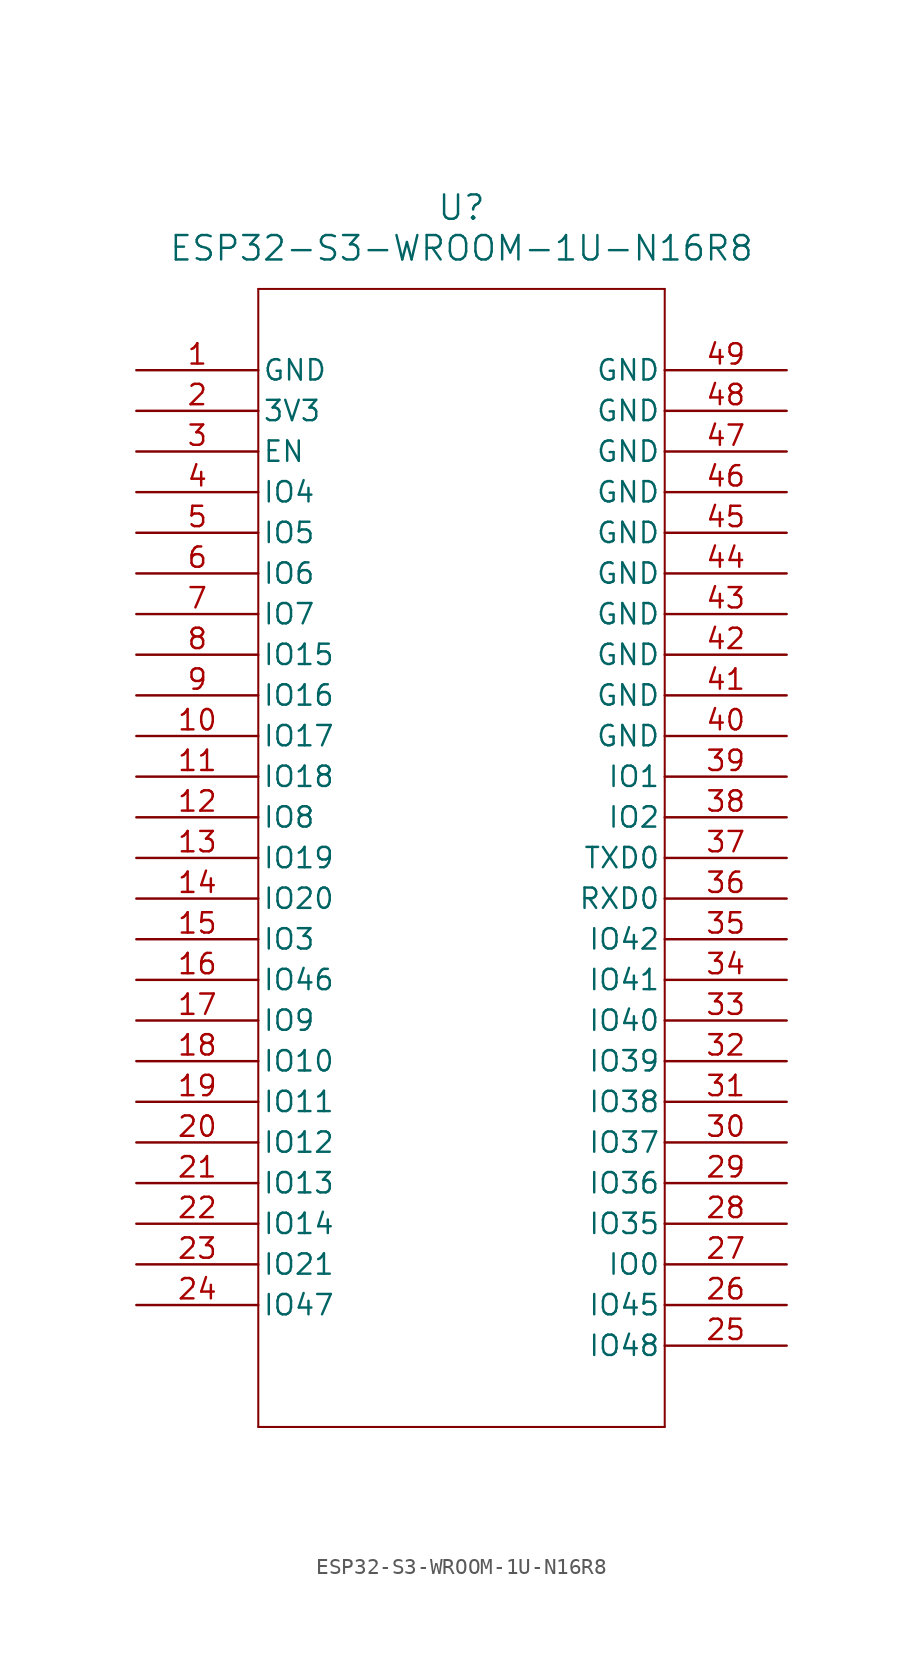
<source format=kicad_sym>
(kicad_symbol_lib
  (version 20231120)
  (generator "kicad_symbol_editor")
  (generator_version "8.0")
  (symbol "ESP32-S3-WROOM-1U-N16R8"
    (pin_names
      (offset 0.254))
    (property "Reference" "U"
      (at 20.32 10.16 0)
      (effects (font (size 1.524 1.524))))
    (property "Value" "ESP32-S3-WROOM-1U-N16R8"
      (at 20.32 7.62 0)
      (effects (font (size 1.524 1.524))))
    (property "ki_locked" ""
      (at 0 0 0)
      (effects (font (size 1.27 1.27))))
    (symbol "ESP32-S3-WROOM-1U-N16R8_0_1"
      (polyline (pts (xy 7.62 -66.04) (xy 33.02 -66.04)) (stroke (width 0.127) (type default)) (fill (type none)))
      (polyline (pts (xy 7.62 5.08) (xy 7.62 -66.04)) (stroke (width 0.127) (type default)) (fill (type none)))
      (polyline (pts (xy 33.02 -66.04) (xy 33.02 5.08)) (stroke (width 0.127) (type default)) (fill (type none)))
      (polyline (pts (xy 33.02 5.08) (xy 7.62 5.08)) (stroke (width 0.127) (type default)) (fill (type none)))
      (pin power_out line (at 0 0 0) (length 7.62) (name "GND" (effects (font (size 1.27 1.27)))) (number "1" (effects (font (size 1.27 1.27)))))
      (pin bidirectional line (at 0 -22.86 0) (length 7.62) (name "IO17" (effects (font (size 1.27 1.27)))) (number "10" (effects (font (size 1.27 1.27)))))
      (pin bidirectional line (at 0 -25.4 0) (length 7.62) (name "IO18" (effects (font (size 1.27 1.27)))) (number "11" (effects (font (size 1.27 1.27)))))
      (pin bidirectional line (at 0 -27.94 0) (length 7.62) (name "IO8" (effects (font (size 1.27 1.27)))) (number "12" (effects (font (size 1.27 1.27)))))
      (pin bidirectional line (at 0 -30.48 0) (length 7.62) (name "IO19" (effects (font (size 1.27 1.27)))) (number "13" (effects (font (size 1.27 1.27)))))
      (pin bidirectional line (at 0 -33.02 0) (length 7.62) (name "IO20" (effects (font (size 1.27 1.27)))) (number "14" (effects (font (size 1.27 1.27)))))
      (pin bidirectional line (at 0 -35.56 0) (length 7.62) (name "IO3" (effects (font (size 1.27 1.27)))) (number "15" (effects (font (size 1.27 1.27)))))
      (pin bidirectional line (at 0 -38.1 0) (length 7.62) (name "IO46" (effects (font (size 1.27 1.27)))) (number "16" (effects (font (size 1.27 1.27)))))
      (pin bidirectional line (at 0 -40.64 0) (length 7.62) (name "IO9" (effects (font (size 1.27 1.27)))) (number "17" (effects (font (size 1.27 1.27)))))
      (pin bidirectional line (at 0 -43.18 0) (length 7.62) (name "IO10" (effects (font (size 1.27 1.27)))) (number "18" (effects (font (size 1.27 1.27)))))
      (pin bidirectional line (at 0 -45.72 0) (length 7.62) (name "IO11" (effects (font (size 1.27 1.27)))) (number "19" (effects (font (size 1.27 1.27)))))
      (pin power_in line (at 0 -2.54 0) (length 7.62) (name "3V3" (effects (font (size 1.27 1.27)))) (number "2" (effects (font (size 1.27 1.27)))))
      (pin bidirectional line (at 0 -48.26 0) (length 7.62) (name "IO12" (effects (font (size 1.27 1.27)))) (number "20" (effects (font (size 1.27 1.27)))))
      (pin bidirectional line (at 0 -50.8 0) (length 7.62) (name "IO13" (effects (font (size 1.27 1.27)))) (number "21" (effects (font (size 1.27 1.27)))))
      (pin bidirectional line (at 0 -53.34 0) (length 7.62) (name "IO14" (effects (font (size 1.27 1.27)))) (number "22" (effects (font (size 1.27 1.27)))))
      (pin bidirectional line (at 0 -55.88 0) (length 7.62) (name "IO21" (effects (font (size 1.27 1.27)))) (number "23" (effects (font (size 1.27 1.27)))))
      (pin bidirectional line (at 0 -58.42 0) (length 7.62) (name "IO47" (effects (font (size 1.27 1.27)))) (number "24" (effects (font (size 1.27 1.27)))))
      (pin bidirectional line (at 40.64 -60.96 180) (length 7.62) (name "IO48" (effects (font (size 1.27 1.27)))) (number "25" (effects (font (size 1.27 1.27)))))
      (pin bidirectional line (at 40.64 -58.42 180) (length 7.62) (name "IO45" (effects (font (size 1.27 1.27)))) (number "26" (effects (font (size 1.27 1.27)))))
      (pin bidirectional line (at 40.64 -55.88 180) (length 7.62) (name "IO0" (effects (font (size 1.27 1.27)))) (number "27" (effects (font (size 1.27 1.27)))))
      (pin bidirectional line (at 40.64 -53.34 180) (length 7.62) (name "IO35" (effects (font (size 1.27 1.27)))) (number "28" (effects (font (size 1.27 1.27)))))
      (pin bidirectional line (at 40.64 -50.8 180) (length 7.62) (name "IO36" (effects (font (size 1.27 1.27)))) (number "29" (effects (font (size 1.27 1.27)))))
      (pin input line (at 0 -5.08 0) (length 7.62) (name "EN" (effects (font (size 1.27 1.27)))) (number "3" (effects (font (size 1.27 1.27)))))
      (pin bidirectional line (at 40.64 -48.26 180) (length 7.62) (name "IO37" (effects (font (size 1.27 1.27)))) (number "30" (effects (font (size 1.27 1.27)))))
      (pin bidirectional line (at 40.64 -45.72 180) (length 7.62) (name "IO38" (effects (font (size 1.27 1.27)))) (number "31" (effects (font (size 1.27 1.27)))))
      (pin bidirectional line (at 40.64 -43.18 180) (length 7.62) (name "IO39" (effects (font (size 1.27 1.27)))) (number "32" (effects (font (size 1.27 1.27)))))
      (pin bidirectional line (at 40.64 -40.64 180) (length 7.62) (name "IO40" (effects (font (size 1.27 1.27)))) (number "33" (effects (font (size 1.27 1.27)))))
      (pin bidirectional line (at 40.64 -38.1 180) (length 7.62) (name "IO41" (effects (font (size 1.27 1.27)))) (number "34" (effects (font (size 1.27 1.27)))))
      (pin bidirectional line (at 40.64 -35.56 180) (length 7.62) (name "IO42" (effects (font (size 1.27 1.27)))) (number "35" (effects (font (size 1.27 1.27)))))
      (pin bidirectional line (at 40.64 -33.02 180) (length 7.62) (name "RXD0" (effects (font (size 1.27 1.27)))) (number "36" (effects (font (size 1.27 1.27)))))
      (pin bidirectional line (at 40.64 -30.48 180) (length 7.62) (name "TXD0" (effects (font (size 1.27 1.27)))) (number "37" (effects (font (size 1.27 1.27)))))
      (pin bidirectional line (at 40.64 -27.94 180) (length 7.62) (name "IO2" (effects (font (size 1.27 1.27)))) (number "38" (effects (font (size 1.27 1.27)))))
      (pin bidirectional line (at 40.64 -25.4 180) (length 7.62) (name "IO1" (effects (font (size 1.27 1.27)))) (number "39" (effects (font (size 1.27 1.27)))))
      (pin bidirectional line (at 0 -7.62 0) (length 7.62) (name "IO4" (effects (font (size 1.27 1.27)))) (number "4" (effects (font (size 1.27 1.27)))))
      (pin power_out line (at 40.64 -22.86 180) (length 7.62) (name "GND" (effects (font (size 1.27 1.27)))) (number "40" (effects (font (size 1.27 1.27)))))
      (pin power_out line (at 40.64 -20.32 180) (length 7.62) (name "GND" (effects (font (size 1.27 1.27)))) (number "41" (effects (font (size 1.27 1.27)))))
      (pin power_out line (at 40.64 -17.78 180) (length 7.62) (name "GND" (effects (font (size 1.27 1.27)))) (number "42" (effects (font (size 1.27 1.27)))))
      (pin power_out line (at 40.64 -15.24 180) (length 7.62) (name "GND" (effects (font (size 1.27 1.27)))) (number "43" (effects (font (size 1.27 1.27)))))
      (pin power_out line (at 40.64 -12.7 180) (length 7.62) (name "GND" (effects (font (size 1.27 1.27)))) (number "44" (effects (font (size 1.27 1.27)))))
      (pin power_out line (at 40.64 -10.16 180) (length 7.62) (name "GND" (effects (font (size 1.27 1.27)))) (number "45" (effects (font (size 1.27 1.27)))))
      (pin power_out line (at 40.64 -7.62 180) (length 7.62) (name "GND" (effects (font (size 1.27 1.27)))) (number "46" (effects (font (size 1.27 1.27)))))
      (pin power_out line (at 40.64 -5.08 180) (length 7.62) (name "GND" (effects (font (size 1.27 1.27)))) (number "47" (effects (font (size 1.27 1.27)))))
      (pin power_out line (at 40.64 -2.54 180) (length 7.62) (name "GND" (effects (font (size 1.27 1.27)))) (number "48" (effects (font (size 1.27 1.27)))))
      (pin power_out line (at 40.64 0 180) (length 7.62) (name "GND" (effects (font (size 1.27 1.27)))) (number "49" (effects (font (size 1.27 1.27)))))
      (pin bidirectional line (at 0 -10.16 0) (length 7.62) (name "IO5" (effects (font (size 1.27 1.27)))) (number "5" (effects (font (size 1.27 1.27)))))
      (pin bidirectional line (at 0 -12.7 0) (length 7.62) (name "IO6" (effects (font (size 1.27 1.27)))) (number "6" (effects (font (size 1.27 1.27)))))
      (pin bidirectional line (at 0 -15.24 0) (length 7.62) (name "IO7" (effects (font (size 1.27 1.27)))) (number "7" (effects (font (size 1.27 1.27)))))
      (pin bidirectional line (at 0 -17.78 0) (length 7.62) (name "IO15" (effects (font (size 1.27 1.27)))) (number "8" (effects (font (size 1.27 1.27)))))
      (pin bidirectional line (at 0 -20.32 0) (length 7.62) (name "IO16" (effects (font (size 1.27 1.27)))) (number "9" (effects (font (size 1.27 1.27))))))))
</source>
